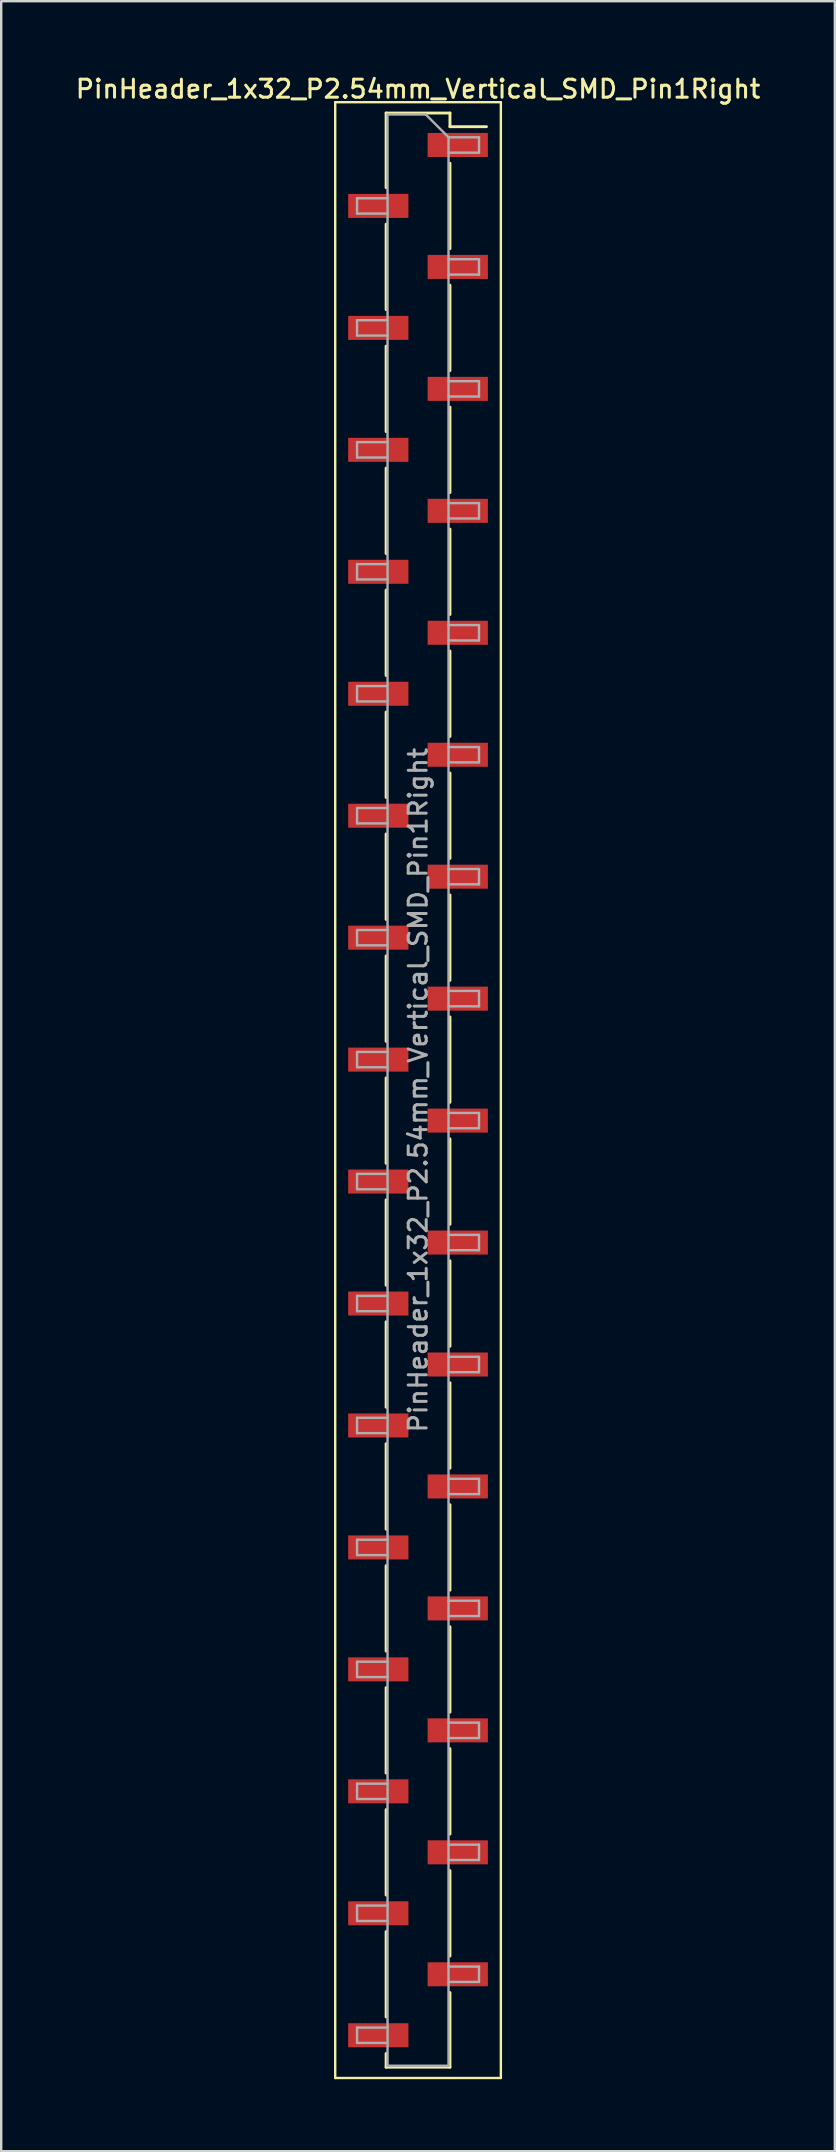
<source format=kicad_pcb>
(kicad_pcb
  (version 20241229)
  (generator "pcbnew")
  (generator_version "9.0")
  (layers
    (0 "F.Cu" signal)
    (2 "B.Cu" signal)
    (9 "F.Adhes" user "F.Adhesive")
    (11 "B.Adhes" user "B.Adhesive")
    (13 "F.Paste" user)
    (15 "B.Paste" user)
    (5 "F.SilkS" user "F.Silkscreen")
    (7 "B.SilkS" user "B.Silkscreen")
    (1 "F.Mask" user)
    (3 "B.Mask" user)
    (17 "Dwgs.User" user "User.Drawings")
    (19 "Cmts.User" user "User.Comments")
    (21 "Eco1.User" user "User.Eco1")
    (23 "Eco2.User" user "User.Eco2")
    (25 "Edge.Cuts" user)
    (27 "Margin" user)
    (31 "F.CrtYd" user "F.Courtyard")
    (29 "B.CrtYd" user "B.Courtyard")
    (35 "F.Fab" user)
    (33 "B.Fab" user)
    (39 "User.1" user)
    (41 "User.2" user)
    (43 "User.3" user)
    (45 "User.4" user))
  (footprint "PinHeader_1x32_P2.54mm_Vertical_SMD_Pin1Right"
    (layer "F.Cu")
    (at 14.363 42.358)
    (property "Reference" "PinHeader_1x32_P2.54mm_Vertical_SMD_Pin1Right" (at 0 -41.7 0) (layer "F.SilkS") (effects (font (size 0.75 0.75) (thickness 0.125))))
    (attr smd)
    (fp_line (start -3.45 -41.15) (end -3.45 41.15) (stroke (width 0.1) (type solid)) (layer "F.SilkS"))
    (fp_line (start -3.45 41.15) (end 3.45 41.15) (stroke (width 0.1) (type solid)) (layer "F.SilkS"))
    (fp_line (start -1.33 -40.7) (end -1.33 -37.59) (stroke (width 0.12) (type solid)) (layer "F.SilkS"))
    (fp_line (start -1.33 -40.7) (end 1.33 -40.7) (stroke (width 0.12) (type solid)) (layer "F.SilkS"))
    (fp_line (start -1.33 -36.07) (end -1.33 -32.51) (stroke (width 0.12) (type solid)) (layer "F.SilkS"))
    (fp_line (start -1.33 -30.99) (end -1.33 -27.43) (stroke (width 0.12) (type solid)) (layer "F.SilkS"))
    (fp_line (start -1.33 -25.91) (end -1.33 -22.35) (stroke (width 0.12) (type solid)) (layer "F.SilkS"))
    (fp_line (start -1.33 -20.83) (end -1.33 -17.27) (stroke (width 0.12) (type solid)) (layer "F.SilkS"))
    (fp_line (start -1.33 -15.75) (end -1.33 -12.19) (stroke (width 0.12) (type solid)) (layer "F.SilkS"))
    (fp_line (start -1.33 -10.67) (end -1.33 -7.11) (stroke (width 0.12) (type solid)) (layer "F.SilkS"))
    (fp_line (start -1.33 -5.59) (end -1.33 -2.03) (stroke (width 0.12) (type solid)) (layer "F.SilkS"))
    (fp_line (start -1.33 -0.51) (end -1.33 3.05) (stroke (width 0.12) (type solid)) (layer "F.SilkS"))
    (fp_line (start -1.33 4.57) (end -1.33 8.13) (stroke (width 0.12) (type solid)) (layer "F.SilkS"))
    (fp_line (start -1.33 9.65) (end -1.33 13.21) (stroke (width 0.12) (type solid)) (layer "F.SilkS"))
    (fp_line (start -1.33 14.73) (end -1.33 18.29) (stroke (width 0.12) (type solid)) (layer "F.SilkS"))
    (fp_line (start -1.33 19.81) (end -1.33 23.37) (stroke (width 0.12) (type solid)) (layer "F.SilkS"))
    (fp_line (start -1.33 24.89) (end -1.33 28.45) (stroke (width 0.12) (type solid)) (layer "F.SilkS"))
    (fp_line (start -1.33 29.97) (end -1.33 33.53) (stroke (width 0.12) (type solid)) (layer "F.SilkS"))
    (fp_line (start -1.33 35.05) (end -1.33 38.61) (stroke (width 0.12) (type solid)) (layer "F.SilkS"))
    (fp_line (start -1.33 40.13) (end -1.33 40.7) (stroke (width 0.12) (type solid)) (layer "F.SilkS"))
    (fp_line (start -1.33 40.7) (end 1.33 40.7) (stroke (width 0.12) (type solid)) (layer "F.SilkS"))
    (fp_line (start 1.33 -40.7) (end 1.33 -40.13) (stroke (width 0.12) (type solid)) (layer "F.SilkS"))
    (fp_line (start 1.33 -40.13) (end 2.85 -40.13) (stroke (width 0.12) (type solid)) (layer "F.SilkS"))
    (fp_line (start 1.33 -38.61) (end 1.33 -35.05) (stroke (width 0.12) (type solid)) (layer "F.SilkS"))
    (fp_line (start 1.33 -33.53) (end 1.33 -29.97) (stroke (width 0.12) (type solid)) (layer "F.SilkS"))
    (fp_line (start 1.33 -28.45) (end 1.33 -24.89) (stroke (width 0.12) (type solid)) (layer "F.SilkS"))
    (fp_line (start 1.33 -23.37) (end 1.33 -19.81) (stroke (width 0.12) (type solid)) (layer "F.SilkS"))
    (fp_line (start 1.33 -18.29) (end 1.33 -14.73) (stroke (width 0.12) (type solid)) (layer "F.SilkS"))
    (fp_line (start 1.33 -13.21) (end 1.33 -9.65) (stroke (width 0.12) (type solid)) (layer "F.SilkS"))
    (fp_line (start 1.33 -8.13) (end 1.33 -4.57) (stroke (width 0.12) (type solid)) (layer "F.SilkS"))
    (fp_line (start 1.33 -3.05) (end 1.33 0.51) (stroke (width 0.12) (type solid)) (layer "F.SilkS"))
    (fp_line (start 1.33 2.03) (end 1.33 5.59) (stroke (width 0.12) (type solid)) (layer "F.SilkS"))
    (fp_line (start 1.33 7.11) (end 1.33 10.67) (stroke (width 0.12) (type solid)) (layer "F.SilkS"))
    (fp_line (start 1.33 12.19) (end 1.33 15.75) (stroke (width 0.12) (type solid)) (layer "F.SilkS"))
    (fp_line (start 1.33 17.27) (end 1.33 20.83) (stroke (width 0.12) (type solid)) (layer "F.SilkS"))
    (fp_line (start 1.33 22.35) (end 1.33 25.91) (stroke (width 0.12) (type solid)) (layer "F.SilkS"))
    (fp_line (start 1.33 27.43) (end 1.33 30.99) (stroke (width 0.12) (type solid)) (layer "F.SilkS"))
    (fp_line (start 1.33 32.51) (end 1.33 36.07) (stroke (width 0.12) (type solid)) (layer "F.SilkS"))
    (fp_line (start 1.33 37.59) (end 1.33 40.7) (stroke (width 0.12) (type solid)) (layer "F.SilkS"))
    (fp_line (start 3.45 -41.15) (end -3.45 -41.15) (stroke (width 0.1) (type solid)) (layer "F.SilkS"))
    (fp_line (start 3.45 41.15) (end 3.45 -41.15) (stroke (width 0.1) (type solid)) (layer "F.SilkS"))
    (fp_line (start -2.54 -37.15) (end -2.54 -36.51) (stroke (width 0.1) (type solid)) (layer "F.Fab"))
    (fp_line (start -2.54 -36.51) (end -1.27 -36.51) (stroke (width 0.1) (type solid)) (layer "F.Fab"))
    (fp_line (start -2.54 -32.07) (end -2.54 -31.43) (stroke (width 0.1) (type solid)) (layer "F.Fab"))
    (fp_line (start -2.54 -31.43) (end -1.27 -31.43) (stroke (width 0.1) (type solid)) (layer "F.Fab"))
    (fp_line (start -2.54 -26.99) (end -2.54 -26.35) (stroke (width 0.1) (type solid)) (layer "F.Fab"))
    (fp_line (start -2.54 -26.35) (end -1.27 -26.35) (stroke (width 0.1) (type solid)) (layer "F.Fab"))
    (fp_line (start -2.54 -21.91) (end -2.54 -21.27) (stroke (width 0.1) (type solid)) (layer "F.Fab"))
    (fp_line (start -2.54 -21.27) (end -1.27 -21.27) (stroke (width 0.1) (type solid)) (layer "F.Fab"))
    (fp_line (start -2.54 -16.83) (end -2.54 -16.19) (stroke (width 0.1) (type solid)) (layer "F.Fab"))
    (fp_line (start -2.54 -16.19) (end -1.27 -16.19) (stroke (width 0.1) (type solid)) (layer "F.Fab"))
    (fp_line (start -2.54 -11.75) (end -2.54 -11.11) (stroke (width 0.1) (type solid)) (layer "F.Fab"))
    (fp_line (start -2.54 -11.11) (end -1.27 -11.11) (stroke (width 0.1) (type solid)) (layer "F.Fab"))
    (fp_line (start -2.54 -6.67) (end -2.54 -6.03) (stroke (width 0.1) (type solid)) (layer "F.Fab"))
    (fp_line (start -2.54 -6.03) (end -1.27 -6.03) (stroke (width 0.1) (type solid)) (layer "F.Fab"))
    (fp_line (start -2.54 -1.59) (end -2.54 -0.95) (stroke (width 0.1) (type solid)) (layer "F.Fab"))
    (fp_line (start -2.54 -0.95) (end -1.27 -0.95) (stroke (width 0.1) (type solid)) (layer "F.Fab"))
    (fp_line (start -2.54 3.49) (end -2.54 4.13) (stroke (width 0.1) (type solid)) (layer "F.Fab"))
    (fp_line (start -2.54 4.13) (end -1.27 4.13) (stroke (width 0.1) (type solid)) (layer "F.Fab"))
    (fp_line (start -2.54 8.57) (end -2.54 9.21) (stroke (width 0.1) (type solid)) (layer "F.Fab"))
    (fp_line (start -2.54 9.21) (end -1.27 9.21) (stroke (width 0.1) (type solid)) (layer "F.Fab"))
    (fp_line (start -2.54 13.65) (end -2.54 14.29) (stroke (width 0.1) (type solid)) (layer "F.Fab"))
    (fp_line (start -2.54 14.29) (end -1.27 14.29) (stroke (width 0.1) (type solid)) (layer "F.Fab"))
    (fp_line (start -2.54 18.73) (end -2.54 19.37) (stroke (width 0.1) (type solid)) (layer "F.Fab"))
    (fp_line (start -2.54 19.37) (end -1.27 19.37) (stroke (width 0.1) (type solid)) (layer "F.Fab"))
    (fp_line (start -2.54 23.81) (end -2.54 24.45) (stroke (width 0.1) (type solid)) (layer "F.Fab"))
    (fp_line (start -2.54 24.45) (end -1.27 24.45) (stroke (width 0.1) (type solid)) (layer "F.Fab"))
    (fp_line (start -2.54 28.89) (end -2.54 29.53) (stroke (width 0.1) (type solid)) (layer "F.Fab"))
    (fp_line (start -2.54 29.53) (end -1.27 29.53) (stroke (width 0.1) (type solid)) (layer "F.Fab"))
    (fp_line (start -2.54 33.97) (end -2.54 34.61) (stroke (width 0.1) (type solid)) (layer "F.Fab"))
    (fp_line (start -2.54 34.61) (end -1.27 34.61) (stroke (width 0.1) (type solid)) (layer "F.Fab"))
    (fp_line (start -2.54 39.05) (end -2.54 39.69) (stroke (width 0.1) (type solid)) (layer "F.Fab"))
    (fp_line (start -2.54 39.69) (end -1.27 39.69) (stroke (width 0.1) (type solid)) (layer "F.Fab"))
    (fp_line (start -1.27 -40.64) (end -1.27 40.64) (stroke (width 0.1) (type solid)) (layer "F.Fab"))
    (fp_line (start -1.27 -40.64) (end 0.32 -40.64) (stroke (width 0.1) (type solid)) (layer "F.Fab"))
    (fp_line (start -1.27 -37.15) (end -2.54 -37.15) (stroke (width 0.1) (type solid)) (layer "F.Fab"))
    (fp_line (start -1.27 -32.07) (end -2.54 -32.07) (stroke (width 0.1) (type solid)) (layer "F.Fab"))
    (fp_line (start -1.27 -26.99) (end -2.54 -26.99) (stroke (width 0.1) (type solid)) (layer "F.Fab"))
    (fp_line (start -1.27 -21.91) (end -2.54 -21.91) (stroke (width 0.1) (type solid)) (layer "F.Fab"))
    (fp_line (start -1.27 -16.83) (end -2.54 -16.83) (stroke (width 0.1) (type solid)) (layer "F.Fab"))
    (fp_line (start -1.27 -11.75) (end -2.54 -11.75) (stroke (width 0.1) (type solid)) (layer "F.Fab"))
    (fp_line (start -1.27 -6.67) (end -2.54 -6.67) (stroke (width 0.1) (type solid)) (layer "F.Fab"))
    (fp_line (start -1.27 -1.59) (end -2.54 -1.59) (stroke (width 0.1) (type solid)) (layer "F.Fab"))
    (fp_line (start -1.27 3.49) (end -2.54 3.49) (stroke (width 0.1) (type solid)) (layer "F.Fab"))
    (fp_line (start -1.27 8.57) (end -2.54 8.57) (stroke (width 0.1) (type solid)) (layer "F.Fab"))
    (fp_line (start -1.27 13.65) (end -2.54 13.65) (stroke (width 0.1) (type solid)) (layer "F.Fab"))
    (fp_line (start -1.27 18.73) (end -2.54 18.73) (stroke (width 0.1) (type solid)) (layer "F.Fab"))
    (fp_line (start -1.27 23.81) (end -2.54 23.81) (stroke (width 0.1) (type solid)) (layer "F.Fab"))
    (fp_line (start -1.27 28.89) (end -2.54 28.89) (stroke (width 0.1) (type solid)) (layer "F.Fab"))
    (fp_line (start -1.27 33.97) (end -2.54 33.97) (stroke (width 0.1) (type solid)) (layer "F.Fab"))
    (fp_line (start -1.27 39.05) (end -2.54 39.05) (stroke (width 0.1) (type solid)) (layer "F.Fab"))
    (fp_line (start 1.27 -39.69) (end 0.32 -40.64) (stroke (width 0.1) (type solid)) (layer "F.Fab"))
    (fp_line (start 1.27 -39.69) (end 2.54 -39.69) (stroke (width 0.1) (type solid)) (layer "F.Fab"))
    (fp_line (start 1.27 -34.61) (end 2.54 -34.61) (stroke (width 0.1) (type solid)) (layer "F.Fab"))
    (fp_line (start 1.27 -29.53) (end 2.54 -29.53) (stroke (width 0.1) (type solid)) (layer "F.Fab"))
    (fp_line (start 1.27 -24.45) (end 2.54 -24.45) (stroke (width 0.1) (type solid)) (layer "F.Fab"))
    (fp_line (start 1.27 -19.37) (end 2.54 -19.37) (stroke (width 0.1) (type solid)) (layer "F.Fab"))
    (fp_line (start 1.27 -14.29) (end 2.54 -14.29) (stroke (width 0.1) (type solid)) (layer "F.Fab"))
    (fp_line (start 1.27 -9.21) (end 2.54 -9.21) (stroke (width 0.1) (type solid)) (layer "F.Fab"))
    (fp_line (start 1.27 -4.13) (end 2.54 -4.13) (stroke (width 0.1) (type solid)) (layer "F.Fab"))
    (fp_line (start 1.27 0.95) (end 2.54 0.95) (stroke (width 0.1) (type solid)) (layer "F.Fab"))
    (fp_line (start 1.27 6.03) (end 2.54 6.03) (stroke (width 0.1) (type solid)) (layer "F.Fab"))
    (fp_line (start 1.27 11.11) (end 2.54 11.11) (stroke (width 0.1) (type solid)) (layer "F.Fab"))
    (fp_line (start 1.27 16.19) (end 2.54 16.19) (stroke (width 0.1) (type solid)) (layer "F.Fab"))
    (fp_line (start 1.27 21.27) (end 2.54 21.27) (stroke (width 0.1) (type solid)) (layer "F.Fab"))
    (fp_line (start 1.27 26.35) (end 2.54 26.35) (stroke (width 0.1) (type solid)) (layer "F.Fab"))
    (fp_line (start 1.27 31.43) (end 2.54 31.43) (stroke (width 0.1) (type solid)) (layer "F.Fab"))
    (fp_line (start 1.27 36.51) (end 2.54 36.51) (stroke (width 0.1) (type solid)) (layer "F.Fab"))
    (fp_line (start 1.27 40.64) (end -1.27 40.64) (stroke (width 0.1) (type solid)) (layer "F.Fab"))
    (fp_line (start 1.27 40.64) (end 1.27 -39.69) (stroke (width 0.1) (type solid)) (layer "F.Fab"))
    (fp_line (start 2.54 -39.69) (end 2.54 -39.05) (stroke (width 0.1) (type solid)) (layer "F.Fab"))
    (fp_line (start 2.54 -39.05) (end 1.27 -39.05) (stroke (width 0.1) (type solid)) (layer "F.Fab"))
    (fp_line (start 2.54 -34.61) (end 2.54 -33.97) (stroke (width 0.1) (type solid)) (layer "F.Fab"))
    (fp_line (start 2.54 -33.97) (end 1.27 -33.97) (stroke (width 0.1) (type solid)) (layer "F.Fab"))
    (fp_line (start 2.54 -29.53) (end 2.54 -28.89) (stroke (width 0.1) (type solid)) (layer "F.Fab"))
    (fp_line (start 2.54 -28.89) (end 1.27 -28.89) (stroke (width 0.1) (type solid)) (layer "F.Fab"))
    (fp_line (start 2.54 -24.45) (end 2.54 -23.81) (stroke (width 0.1) (type solid)) (layer "F.Fab"))
    (fp_line (start 2.54 -23.81) (end 1.27 -23.81) (stroke (width 0.1) (type solid)) (layer "F.Fab"))
    (fp_line (start 2.54 -19.37) (end 2.54 -18.73) (stroke (width 0.1) (type solid)) (layer "F.Fab"))
    (fp_line (start 2.54 -18.73) (end 1.27 -18.73) (stroke (width 0.1) (type solid)) (layer "F.Fab"))
    (fp_line (start 2.54 -14.29) (end 2.54 -13.65) (stroke (width 0.1) (type solid)) (layer "F.Fab"))
    (fp_line (start 2.54 -13.65) (end 1.27 -13.65) (stroke (width 0.1) (type solid)) (layer "F.Fab"))
    (fp_line (start 2.54 -9.21) (end 2.54 -8.57) (stroke (width 0.1) (type solid)) (layer "F.Fab"))
    (fp_line (start 2.54 -8.57) (end 1.27 -8.57) (stroke (width 0.1) (type solid)) (layer "F.Fab"))
    (fp_line (start 2.54 -4.13) (end 2.54 -3.49) (stroke (width 0.1) (type solid)) (layer "F.Fab"))
    (fp_line (start 2.54 -3.49) (end 1.27 -3.49) (stroke (width 0.1) (type solid)) (layer "F.Fab"))
    (fp_line (start 2.54 0.95) (end 2.54 1.59) (stroke (width 0.1) (type solid)) (layer "F.Fab"))
    (fp_line (start 2.54 1.59) (end 1.27 1.59) (stroke (width 0.1) (type solid)) (layer "F.Fab"))
    (fp_line (start 2.54 6.03) (end 2.54 6.67) (stroke (width 0.1) (type solid)) (layer "F.Fab"))
    (fp_line (start 2.54 6.67) (end 1.27 6.67) (stroke (width 0.1) (type solid)) (layer "F.Fab"))
    (fp_line (start 2.54 11.11) (end 2.54 11.75) (stroke (width 0.1) (type solid)) (layer "F.Fab"))
    (fp_line (start 2.54 11.75) (end 1.27 11.75) (stroke (width 0.1) (type solid)) (layer "F.Fab"))
    (fp_line (start 2.54 16.19) (end 2.54 16.83) (stroke (width 0.1) (type solid)) (layer "F.Fab"))
    (fp_line (start 2.54 16.83) (end 1.27 16.83) (stroke (width 0.1) (type solid)) (layer "F.Fab"))
    (fp_line (start 2.54 21.27) (end 2.54 21.91) (stroke (width 0.1) (type solid)) (layer "F.Fab"))
    (fp_line (start 2.54 21.91) (end 1.27 21.91) (stroke (width 0.1) (type solid)) (layer "F.Fab"))
    (fp_line (start 2.54 26.35) (end 2.54 26.99) (stroke (width 0.1) (type solid)) (layer "F.Fab"))
    (fp_line (start 2.54 26.99) (end 1.27 26.99) (stroke (width 0.1) (type solid)) (layer "F.Fab"))
    (fp_line (start 2.54 31.43) (end 2.54 32.07) (stroke (width 0.1) (type solid)) (layer "F.Fab"))
    (fp_line (start 2.54 32.07) (end 1.27 32.07) (stroke (width 0.1) (type solid)) (layer "F.Fab"))
    (fp_line (start 2.54 36.51) (end 2.54 37.15) (stroke (width 0.1) (type solid)) (layer "F.Fab"))
    (fp_line (start 2.54 37.15) (end 1.27 37.15) (stroke (width 0.1) (type solid)) (layer "F.Fab"))
    (fp_text user "${REFERENCE}" (at 0 0 90) (layer "F.Fab") (effects (font (size 0.75 0.75) (thickness 0.125))))
    (pad "1" smd rect (at 1.655 -39.37) (size 2.51 1) (layers "F.Cu" "F.Mask" "F.Paste"))
    (pad "2" smd rect (at -1.655 -36.83) (size 2.51 1) (layers "F.Cu" "F.Mask" "F.Paste"))
    (pad "3" smd rect (at 1.655 -34.29) (size 2.51 1) (layers "F.Cu" "F.Mask" "F.Paste"))
    (pad "4" smd rect (at -1.655 -31.75) (size 2.51 1) (layers "F.Cu" "F.Mask" "F.Paste"))
    (pad "5" smd rect (at 1.655 -29.21) (size 2.51 1) (layers "F.Cu" "F.Mask" "F.Paste"))
    (pad "6" smd rect (at -1.655 -26.67) (size 2.51 1) (layers "F.Cu" "F.Mask" "F.Paste"))
    (pad "7" smd rect (at 1.655 -24.13) (size 2.51 1) (layers "F.Cu" "F.Mask" "F.Paste"))
    (pad "8" smd rect (at -1.655 -21.59) (size 2.51 1) (layers "F.Cu" "F.Mask" "F.Paste"))
    (pad "9" smd rect (at 1.655 -19.05) (size 2.51 1) (layers "F.Cu" "F.Mask" "F.Paste"))
    (pad "10" smd rect (at -1.655 -16.51) (size 2.51 1) (layers "F.Cu" "F.Mask" "F.Paste"))
    (pad "11" smd rect (at 1.655 -13.97) (size 2.51 1) (layers "F.Cu" "F.Mask" "F.Paste"))
    (pad "12" smd rect (at -1.655 -11.43) (size 2.51 1) (layers "F.Cu" "F.Mask" "F.Paste"))
    (pad "13" smd rect (at 1.655 -8.89) (size 2.51 1) (layers "F.Cu" "F.Mask" "F.Paste"))
    (pad "14" smd rect (at -1.655 -6.35) (size 2.51 1) (layers "F.Cu" "F.Mask" "F.Paste"))
    (pad "15" smd rect (at 1.655 -3.81) (size 2.51 1) (layers "F.Cu" "F.Mask" "F.Paste"))
    (pad "16" smd rect (at -1.655 -1.27) (size 2.51 1) (layers "F.Cu" "F.Mask" "F.Paste"))
    (pad "17" smd rect (at 1.655 1.27) (size 2.51 1) (layers "F.Cu" "F.Mask" "F.Paste"))
    (pad "18" smd rect (at -1.655 3.81) (size 2.51 1) (layers "F.Cu" "F.Mask" "F.Paste"))
    (pad "19" smd rect (at 1.655 6.35) (size 2.51 1) (layers "F.Cu" "F.Mask" "F.Paste"))
    (pad "20" smd rect (at -1.655 8.89) (size 2.51 1) (layers "F.Cu" "F.Mask" "F.Paste"))
    (pad "21" smd rect (at 1.655 11.43) (size 2.51 1) (layers "F.Cu" "F.Mask" "F.Paste"))
    (pad "22" smd rect (at -1.655 13.97) (size 2.51 1) (layers "F.Cu" "F.Mask" "F.Paste"))
    (pad "23" smd rect (at 1.655 16.51) (size 2.51 1) (layers "F.Cu" "F.Mask" "F.Paste"))
    (pad "24" smd rect (at -1.655 19.05) (size 2.51 1) (layers "F.Cu" "F.Mask" "F.Paste"))
    (pad "25" smd rect (at 1.655 21.59) (size 2.51 1) (layers "F.Cu" "F.Mask" "F.Paste"))
    (pad "26" smd rect (at -1.655 24.13) (size 2.51 1) (layers "F.Cu" "F.Mask" "F.Paste"))
    (pad "27" smd rect (at 1.655 26.67) (size 2.51 1) (layers "F.Cu" "F.Mask" "F.Paste"))
    (pad "28" smd rect (at -1.655 29.21) (size 2.51 1) (layers "F.Cu" "F.Mask" "F.Paste"))
    (pad "29" smd rect (at 1.655 31.75) (size 2.51 1) (layers "F.Cu" "F.Mask" "F.Paste"))
    (pad "30" smd rect (at -1.655 34.29) (size 2.51 1) (layers "F.Cu" "F.Mask" "F.Paste"))
    (pad "31" smd rect (at 1.655 36.83) (size 2.51 1) (layers "F.Cu" "F.Mask" "F.Paste"))
    (pad "32" smd rect (at -1.655 39.37) (size 2.51 1) (layers "F.Cu" "F.Mask" "F.Paste")))
  (gr_rect
    (start -3 -3)
    (end 31.725 86.558)
    (stroke (width 0.1) (type default))
    (fill no)
    (layer "Edge.Cuts")))
</source>
